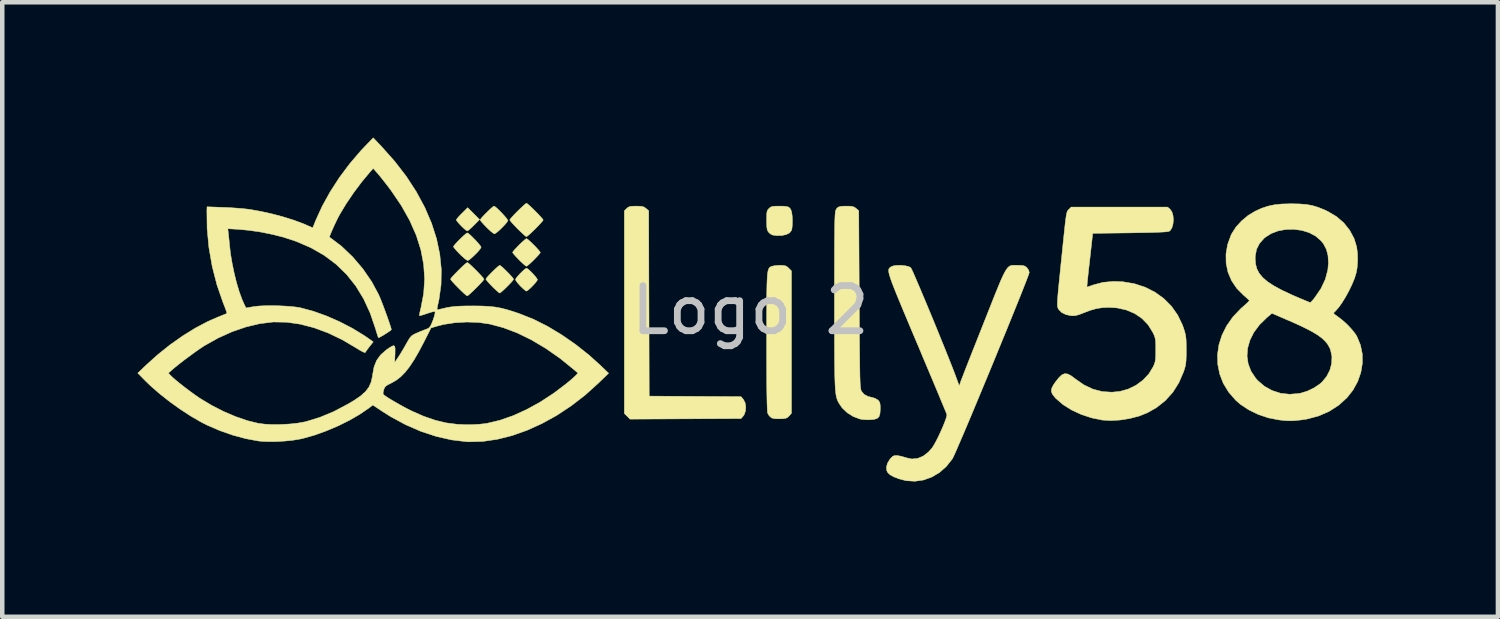
<source format=kicad_pcb>
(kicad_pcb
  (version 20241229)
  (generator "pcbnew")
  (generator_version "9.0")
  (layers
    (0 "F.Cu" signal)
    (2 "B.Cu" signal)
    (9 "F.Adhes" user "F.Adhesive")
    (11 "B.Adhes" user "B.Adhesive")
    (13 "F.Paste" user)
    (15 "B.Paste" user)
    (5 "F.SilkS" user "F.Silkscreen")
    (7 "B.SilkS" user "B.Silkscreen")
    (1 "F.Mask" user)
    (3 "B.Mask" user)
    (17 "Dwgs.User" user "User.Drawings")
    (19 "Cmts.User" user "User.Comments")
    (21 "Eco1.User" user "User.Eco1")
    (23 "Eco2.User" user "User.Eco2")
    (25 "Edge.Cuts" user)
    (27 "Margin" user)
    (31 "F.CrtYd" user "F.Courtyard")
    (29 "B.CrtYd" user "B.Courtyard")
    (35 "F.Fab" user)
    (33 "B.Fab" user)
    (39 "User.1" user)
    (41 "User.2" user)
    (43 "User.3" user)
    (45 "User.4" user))
  (footprint "Logo 2"
    (layer "F.Cu")
    (at 13.583 3.826)
    (property "Reference" "Logo 2" (at 0 0 0) (layer "Dwgs.User") (effects (font (size 1 1) (thickness 0.15))))
    (attr through_hole)
    (fp_poly (pts (xy -6.003 -2.01) (xy -6.128 -1.883) (xy -6.188 -1.825) (xy -6.238 -1.781) (xy -6.271 -1.759) (xy -6.276 -1.757) (xy -6.301 -1.771) (xy -6.346 -1.808) (xy -6.401 -1.861) (xy -6.409 -1.869) (xy -6.462 -1.925) (xy -6.502 -1.972) (xy -6.519 -2) (xy -6.519 -2.002) (xy -6.505 -2.025) (xy -6.468 -2.07) (xy -6.414 -2.127) (xy -6.393 -2.148) (xy -6.267 -2.273) (xy -6.003 -2.01)) (stroke (width 0.01) (type solid)) (fill yes) (layer "F.SilkS"))
    (fp_poly (pts (xy -2.445 -2.305) (xy -2.388 -2.298) (xy -2.348 -2.281) (xy -2.314 -2.256) (xy -2.254 -2.205) (xy -2.249 -0.151) (xy -2.243 1.904) (xy -1.225 1.91) (xy -0.208 1.916) (xy -0.157 1.975) (xy -0.118 2.049) (xy -0.102 2.142) (xy -0.11 2.238) (xy -0.14 2.32) (xy -0.157 2.343) (xy -0.208 2.402) (xy -1.439 2.408) (xy -2.669 2.414) (xy -2.794 2.289) (xy -2.794 -2.203) (xy -2.742 -2.255) (xy -2.71 -2.282) (xy -2.673 -2.298) (xy -2.62 -2.305) (xy -2.537 -2.307) (xy -2.532 -2.307) (xy -2.445 -2.305)) (stroke (width 0.01) (type solid)) (fill yes) (layer "F.SilkS"))
    (fp_poly (pts (xy -4.935 -0.916) (xy -4.89 -0.878) (xy -4.837 -0.826) (xy -4.785 -0.769) (xy -4.744 -0.718) (xy -4.722 -0.683) (xy -4.72 -0.676) (xy -4.735 -0.647) (xy -4.771 -0.6) (xy -4.822 -0.545) (xy -4.876 -0.491) (xy -4.925 -0.448) (xy -4.959 -0.425) (xy -4.965 -0.423) (xy -4.989 -0.437) (xy -5.034 -0.475) (xy -5.089 -0.527) (xy -5.097 -0.535) (xy -5.15 -0.594) (xy -5.19 -0.644) (xy -5.207 -0.677) (xy -5.207 -0.679) (xy -5.193 -0.708) (xy -5.156 -0.754) (xy -5.106 -0.81) (xy -5.051 -0.864) (xy -5.003 -0.907) (xy -4.968 -0.93) (xy -4.962 -0.931) (xy -4.935 -0.916)) (stroke (width 0.01) (type solid)) (fill yes) (layer "F.SilkS"))
    (fp_poly (pts (xy -6.249 -1.7) (xy -6.203 -1.661) (xy -6.147 -1.606) (xy -6.087 -1.545) (xy -6.032 -1.484) (xy -5.991 -1.433) (xy -5.97 -1.4) (xy -5.969 -1.396) (xy -5.984 -1.366) (xy -6.022 -1.317) (xy -6.076 -1.259) (xy -6.137 -1.2) (xy -6.194 -1.148) (xy -6.241 -1.112) (xy -6.266 -1.101) (xy -6.294 -1.115) (xy -6.343 -1.153) (xy -6.405 -1.209) (xy -6.441 -1.244) (xy -6.502 -1.308) (xy -6.55 -1.362) (xy -6.578 -1.399) (xy -6.583 -1.409) (xy -6.568 -1.433) (xy -6.531 -1.477) (xy -6.478 -1.533) (xy -6.418 -1.593) (xy -6.36 -1.648) (xy -6.311 -1.691) (xy -6.279 -1.713) (xy -6.275 -1.714) (xy -6.249 -1.7)) (stroke (width 0.01) (type solid)) (fill yes) (layer "F.SilkS"))
    (fp_poly (pts (xy -5.656 -2.292) (xy -5.61 -2.254) (xy -5.554 -2.199) (xy -5.494 -2.137) (xy -5.44 -2.077) (xy -5.398 -2.026) (xy -5.377 -1.993) (xy -5.376 -1.989) (xy -5.391 -1.958) (xy -5.43 -1.91) (xy -5.484 -1.852) (xy -5.544 -1.792) (xy -5.602 -1.74) (xy -5.649 -1.705) (xy -5.674 -1.693) (xy -5.702 -1.708) (xy -5.751 -1.746) (xy -5.812 -1.802) (xy -5.848 -1.837) (xy -5.909 -1.901) (xy -5.957 -1.955) (xy -5.986 -1.991) (xy -5.99 -2.001) (xy -5.976 -2.025) (xy -5.938 -2.07) (xy -5.885 -2.126) (xy -5.825 -2.185) (xy -5.767 -2.241) (xy -5.718 -2.284) (xy -5.687 -2.306) (xy -5.682 -2.307) (xy -5.656 -2.292)) (stroke (width 0.01) (type solid)) (fill yes) (layer "F.SilkS"))
    (fp_poly (pts (xy -5.531 -0.98) (xy -5.487 -0.943) (xy -5.431 -0.89) (xy -5.371 -0.83) (xy -5.316 -0.772) (xy -5.273 -0.723) (xy -5.251 -0.691) (xy -5.249 -0.687) (xy -5.264 -0.663) (xy -5.301 -0.619) (xy -5.354 -0.563) (xy -5.414 -0.503) (xy -5.473 -0.447) (xy -5.521 -0.404) (xy -5.553 -0.382) (xy -5.557 -0.381) (xy -5.581 -0.395) (xy -5.625 -0.433) (xy -5.684 -0.488) (xy -5.721 -0.524) (xy -5.782 -0.588) (xy -5.83 -0.643) (xy -5.859 -0.679) (xy -5.863 -0.689) (xy -5.849 -0.713) (xy -5.811 -0.757) (xy -5.758 -0.813) (xy -5.698 -0.873) (xy -5.64 -0.928) (xy -5.591 -0.971) (xy -5.56 -0.993) (xy -5.555 -0.995) (xy -5.531 -0.98)) (stroke (width 0.01) (type solid)) (fill yes) (layer "F.SilkS"))
    (fp_poly (pts (xy -4.938 -1.573) (xy -4.894 -1.535) (xy -4.838 -1.482) (xy -4.778 -1.423) (xy -4.723 -1.364) (xy -4.68 -1.315) (xy -4.658 -1.284) (xy -4.657 -1.279) (xy -4.671 -1.255) (xy -4.709 -1.211) (xy -4.762 -1.155) (xy -4.821 -1.095) (xy -4.88 -1.04) (xy -4.929 -0.997) (xy -4.96 -0.975) (xy -4.965 -0.974) (xy -4.988 -0.988) (xy -5.033 -1.026) (xy -5.092 -1.081) (xy -5.128 -1.117) (xy -5.19 -1.181) (xy -5.238 -1.235) (xy -5.266 -1.272) (xy -5.271 -1.282) (xy -5.256 -1.306) (xy -5.218 -1.35) (xy -5.165 -1.406) (xy -5.106 -1.466) (xy -5.047 -1.521) (xy -4.998 -1.564) (xy -4.967 -1.586) (xy -4.962 -1.587) (xy -4.938 -1.573)) (stroke (width 0.01) (type solid)) (fill yes) (layer "F.SilkS"))
    (fp_poly (pts (xy 0.734 -2.306) (xy 0.802 -2.299) (xy 0.847 -2.285) (xy 0.877 -2.26) (xy 0.9 -2.221) (xy 0.916 -2.166) (xy 0.927 -2.083) (xy 0.931 -1.986) (xy 0.929 -1.89) (xy 0.921 -1.809) (xy 0.91 -1.768) (xy 0.869 -1.715) (xy 0.795 -1.677) (xy 0.697 -1.656) (xy 0.582 -1.654) (xy 0.493 -1.666) (xy 0.446 -1.689) (xy 0.403 -1.729) (xy 0.382 -1.761) (xy 0.37 -1.801) (xy 0.363 -1.859) (xy 0.36 -1.944) (xy 0.36 -1.993) (xy 0.361 -2.091) (xy 0.364 -2.156) (xy 0.373 -2.199) (xy 0.388 -2.228) (xy 0.412 -2.255) (xy 0.443 -2.282) (xy 0.478 -2.297) (xy 0.528 -2.305) (xy 0.607 -2.307) (xy 0.632 -2.307) (xy 0.734 -2.306)) (stroke (width 0.01) (type solid)) (fill yes) (layer "F.SilkS"))
    (fp_poly (pts (xy -6.252 -1.044) (xy -6.207 -1.006) (xy -6.149 -0.951) (xy -6.084 -0.887) (xy -6.02 -0.822) (xy -5.964 -0.762) (xy -5.923 -0.715) (xy -5.906 -0.688) (xy -5.905 -0.687) (xy -5.92 -0.664) (xy -5.958 -0.619) (xy -6.013 -0.561) (xy -6.077 -0.496) (xy -6.142 -0.432) (xy -6.202 -0.376) (xy -6.249 -0.335) (xy -6.275 -0.318) (xy -6.277 -0.318) (xy -6.299 -0.332) (xy -6.345 -0.37) (xy -6.406 -0.427) (xy -6.472 -0.493) (xy -6.541 -0.563) (xy -6.597 -0.624) (xy -6.634 -0.668) (xy -6.646 -0.689) (xy -6.632 -0.712) (xy -6.594 -0.757) (xy -6.539 -0.815) (xy -6.475 -0.88) (xy -6.41 -0.944) (xy -6.35 -1) (xy -6.303 -1.04) (xy -6.276 -1.058) (xy -6.275 -1.058) (xy -6.252 -1.044)) (stroke (width 0.01) (type solid)) (fill yes) (layer "F.SilkS"))
    (fp_poly (pts (xy -4.939 -2.356) (xy -4.895 -2.318) (xy -4.837 -2.263) (xy -4.772 -2.199) (xy -4.708 -2.134) (xy -4.652 -2.074) (xy -4.611 -2.027) (xy -4.593 -2.001) (xy -4.593 -1.999) (xy -4.608 -1.976) (xy -4.646 -1.932) (xy -4.701 -1.873) (xy -4.764 -1.808) (xy -4.83 -1.744) (xy -4.89 -1.688) (xy -4.937 -1.648) (xy -4.963 -1.63) (xy -4.964 -1.63) (xy -4.987 -1.644) (xy -5.032 -1.683) (xy -5.093 -1.74) (xy -5.16 -1.805) (xy -5.228 -1.876) (xy -5.284 -1.936) (xy -5.321 -1.981) (xy -5.334 -2.001) (xy -5.32 -2.024) (xy -5.281 -2.069) (xy -5.227 -2.127) (xy -5.163 -2.192) (xy -5.097 -2.256) (xy -5.037 -2.312) (xy -4.991 -2.353) (xy -4.964 -2.37) (xy -4.963 -2.371) (xy -4.939 -2.356)) (stroke (width 0.01) (type solid)) (fill yes) (layer "F.SilkS"))
    (fp_poly (pts (xy 0.735 -0.992) (xy 0.784 -0.981) (xy 0.824 -0.956) (xy 0.848 -0.933) (xy 0.91 -0.871) (xy 0.91 2.284) (xy 0.86 2.342) (xy 0.827 2.374) (xy 0.791 2.393) (xy 0.736 2.403) (xy 0.664 2.407) (xy 0.556 2.406) (xy 0.482 2.391) (xy 0.463 2.382) (xy 0.416 2.339) (xy 0.383 2.283) (xy 0.378 2.251) (xy 0.374 2.186) (xy 0.37 2.085) (xy 0.367 1.949) (xy 0.364 1.776) (xy 0.362 1.565) (xy 0.361 1.315) (xy 0.36 1.025) (xy 0.36 0.705) (xy 0.36 0.404) (xy 0.36 0.142) (xy 0.361 -0.084) (xy 0.362 -0.275) (xy 0.364 -0.436) (xy 0.367 -0.569) (xy 0.371 -0.676) (xy 0.376 -0.761) (xy 0.383 -0.827) (xy 0.392 -0.876) (xy 0.403 -0.911) (xy 0.416 -0.935) (xy 0.431 -0.951) (xy 0.449 -0.962) (xy 0.469 -0.971) (xy 0.477 -0.974) (xy 0.528 -0.985) (xy 0.603 -0.993) (xy 0.659 -0.995) (xy 0.735 -0.992)) (stroke (width 0.01) (type solid)) (fill yes) (layer "F.SilkS"))
    (fp_poly (pts (xy 2.222 -2.305) (xy 2.277 -2.295) (xy 2.319 -2.275) (xy 2.343 -2.256) (xy 2.402 -2.205) (xy 2.413 -0.24) (xy 2.415 0.094) (xy 2.417 0.388) (xy 2.418 0.646) (xy 2.42 0.868) (xy 2.422 1.059) (xy 2.424 1.221) (xy 2.426 1.355) (xy 2.428 1.466) (xy 2.431 1.556) (xy 2.434 1.626) (xy 2.438 1.68) (xy 2.442 1.721) (xy 2.447 1.751) (xy 2.452 1.772) (xy 2.458 1.788) (xy 2.461 1.794) (xy 2.52 1.865) (xy 2.609 1.912) (xy 2.696 1.933) (xy 2.765 1.954) (xy 2.823 1.988) (xy 2.829 1.993) (xy 2.856 2.025) (xy 2.872 2.064) (xy 2.878 2.123) (xy 2.879 2.182) (xy 2.873 2.286) (xy 2.853 2.356) (xy 2.812 2.398) (xy 2.744 2.419) (xy 2.654 2.427) (xy 2.565 2.427) (xy 2.482 2.421) (xy 2.429 2.412) (xy 2.281 2.357) (xy 2.146 2.272) (xy 2.033 2.164) (xy 1.959 2.055) (xy 1.943 2.024) (xy 1.929 1.993) (xy 1.917 1.959) (xy 1.907 1.921) (xy 1.897 1.874) (xy 1.89 1.817) (xy 1.883 1.747) (xy 1.878 1.661) (xy 1.874 1.556) (xy 1.87 1.43) (xy 1.868 1.281) (xy 1.866 1.104) (xy 1.865 0.898) (xy 1.864 0.661) (xy 1.863 0.388) (xy 1.863 0.078) (xy 1.863 -0.218) (xy 1.863 -0.555) (xy 1.863 -0.851) (xy 1.864 -1.111) (xy 1.864 -1.336) (xy 1.865 -1.528) (xy 1.867 -1.691) (xy 1.868 -1.826) (xy 1.87 -1.937) (xy 1.873 -2.025) (xy 1.876 -2.094) (xy 1.88 -2.145) (xy 1.884 -2.182) (xy 1.888 -2.206) (xy 1.894 -2.221) (xy 1.919 -2.262) (xy 1.952 -2.287) (xy 2.001 -2.301) (xy 2.076 -2.307) (xy 2.138 -2.307) (xy 2.222 -2.305)) (stroke (width 0.01) (type solid)) (fill yes) (layer "F.SilkS"))
    (fp_poly (pts (xy 5.873 -0.996) (xy 5.922 -0.995) (xy 5.927 -0.995) (xy 6.009 -0.993) (xy 6.063 -0.985) (xy 6.1 -0.968) (xy 6.129 -0.943) (xy 6.165 -0.892) (xy 6.181 -0.839) (xy 6.181 -0.837) (xy 6.173 -0.808) (xy 6.15 -0.743) (xy 6.113 -0.646) (xy 6.063 -0.519) (xy 6.003 -0.366) (xy 5.932 -0.19) (xy 5.853 0.006) (xy 5.767 0.218) (xy 5.675 0.445) (xy 5.578 0.681) (xy 5.478 0.925) (xy 5.377 1.172) (xy 5.274 1.421) (xy 5.172 1.666) (xy 5.072 1.907) (xy 4.976 2.138) (xy 4.884 2.358) (xy 4.798 2.562) (xy 4.719 2.748) (xy 4.648 2.912) (xy 4.588 3.052) (xy 4.539 3.164) (xy 4.502 3.244) (xy 4.479 3.291) (xy 4.475 3.297) (xy 4.343 3.464) (xy 4.189 3.599) (xy 4.019 3.699) (xy 3.837 3.764) (xy 3.647 3.791) (xy 3.454 3.779) (xy 3.301 3.74) (xy 3.183 3.695) (xy 3.101 3.651) (xy 3.048 3.603) (xy 3.024 3.56) (xy 3.015 3.481) (xy 3.039 3.392) (xy 3.092 3.304) (xy 3.112 3.281) (xy 3.157 3.238) (xy 3.199 3.221) (xy 3.259 3.222) (xy 3.265 3.223) (xy 3.344 3.238) (xy 3.429 3.262) (xy 3.45 3.27) (xy 3.579 3.298) (xy 3.708 3.285) (xy 3.832 3.233) (xy 3.948 3.143) (xy 4.031 3.048) (xy 4.07 2.986) (xy 4.117 2.901) (xy 4.168 2.8) (xy 4.218 2.692) (xy 4.266 2.584) (xy 4.306 2.484) (xy 4.337 2.399) (xy 4.354 2.339) (xy 4.355 2.313) (xy 4.346 2.288) (xy 4.321 2.227) (xy 4.282 2.133) (xy 4.23 2.009) (xy 4.168 1.858) (xy 4.095 1.684) (xy 4.013 1.489) (xy 3.923 1.276) (xy 3.827 1.048) (xy 3.727 0.808) (xy 3.695 0.734) (xy 3.573 0.445) (xy 3.467 0.192) (xy 3.375 -0.027) (xy 3.297 -0.215) (xy 3.232 -0.374) (xy 3.179 -0.507) (xy 3.137 -0.616) (xy 3.106 -0.704) (xy 3.084 -0.774) (xy 3.07 -0.828) (xy 3.065 -0.869) (xy 3.066 -0.899) (xy 3.073 -0.922) (xy 3.086 -0.938) (xy 3.102 -0.952) (xy 3.122 -0.965) (xy 3.124 -0.966) (xy 3.18 -0.986) (xy 3.261 -0.995) (xy 3.354 -0.994) (xy 3.443 -0.983) (xy 3.517 -0.964) (xy 3.556 -0.941) (xy 3.57 -0.915) (xy 3.599 -0.854) (xy 3.64 -0.762) (xy 3.691 -0.643) (xy 3.752 -0.501) (xy 3.819 -0.341) (xy 3.893 -0.166) (xy 3.97 0.02) (xy 4.05 0.212) (xy 4.13 0.407) (xy 4.208 0.6) (xy 4.284 0.786) (xy 4.355 0.963) (xy 4.42 1.126) (xy 4.477 1.27) (xy 4.524 1.392) (xy 4.56 1.488) (xy 4.561 1.491) (xy 4.63 1.679) (xy 4.657 1.596) (xy 4.669 1.562) (xy 4.696 1.493) (xy 4.735 1.391) (xy 4.786 1.26) (xy 4.847 1.105) (xy 4.916 0.929) (xy 4.993 0.736) (xy 5.075 0.529) (xy 5.161 0.311) (xy 5.169 0.291) (xy 5.271 0.034) (xy 5.358 -0.186) (xy 5.432 -0.372) (xy 5.496 -0.528) (xy 5.549 -0.655) (xy 5.595 -0.757) (xy 5.635 -0.837) (xy 5.67 -0.897) (xy 5.702 -0.94) (xy 5.732 -0.968) (xy 5.763 -0.985) (xy 5.796 -0.994) (xy 5.832 -0.996) (xy 5.873 -0.996)) (stroke (width 0.01) (type solid)) (fill yes) (layer "F.SilkS"))
    (fp_poly (pts (xy 9.247 -2.286) (xy 9.303 -2.238) (xy 9.344 -2.179) (xy 9.368 -2.097) (xy 9.376 -2.002) (xy 9.367 -1.908) (xy 9.343 -1.825) (xy 9.304 -1.765) (xy 9.285 -1.751) (xy 9.259 -1.744) (xy 9.207 -1.737) (xy 9.126 -1.732) (xy 9.014 -1.727) (xy 8.868 -1.722) (xy 8.686 -1.719) (xy 8.464 -1.715) (xy 8.414 -1.714) (xy 7.588 -1.704) (xy 7.522 -1.111) (xy 7.504 -0.958) (xy 7.489 -0.819) (xy 7.476 -0.7) (xy 7.467 -0.606) (xy 7.461 -0.543) (xy 7.459 -0.515) (xy 7.459 -0.514) (xy 7.479 -0.519) (xy 7.529 -0.535) (xy 7.597 -0.559) (xy 7.605 -0.562) (xy 7.819 -0.618) (xy 8.053 -0.639) (xy 8.253 -0.631) (xy 8.51 -0.588) (xy 8.749 -0.51) (xy 8.969 -0.399) (xy 9.164 -0.258) (xy 9.333 -0.088) (xy 9.471 0.108) (xy 9.577 0.327) (xy 9.601 0.395) (xy 9.626 0.473) (xy 9.643 0.539) (xy 9.653 0.604) (xy 9.659 0.68) (xy 9.661 0.776) (xy 9.662 0.889) (xy 9.661 1.014) (xy 9.657 1.108) (xy 9.651 1.181) (xy 9.639 1.244) (xy 9.621 1.307) (xy 9.602 1.365) (xy 9.497 1.608) (xy 9.362 1.821) (xy 9.195 2.005) (xy 8.998 2.161) (xy 8.796 2.275) (xy 8.615 2.347) (xy 8.41 2.4) (xy 8.196 2.434) (xy 7.986 2.446) (xy 7.799 2.435) (xy 7.562 2.386) (xy 7.334 2.311) (xy 7.122 2.213) (xy 6.933 2.095) (xy 6.776 1.96) (xy 6.746 1.928) (xy 6.693 1.86) (xy 6.67 1.798) (xy 6.678 1.733) (xy 6.717 1.656) (xy 6.762 1.591) (xy 6.84 1.493) (xy 6.906 1.431) (xy 6.969 1.406) (xy 7.035 1.414) (xy 7.112 1.455) (xy 7.192 1.515) (xy 7.389 1.653) (xy 7.59 1.749) (xy 7.798 1.804) (xy 8.013 1.817) (xy 8.188 1.8) (xy 8.373 1.749) (xy 8.547 1.664) (xy 8.702 1.55) (xy 8.831 1.413) (xy 8.927 1.256) (xy 8.928 1.255) (xy 8.953 1.198) (xy 8.969 1.147) (xy 8.979 1.091) (xy 8.984 1.018) (xy 8.985 0.918) (xy 8.985 0.878) (xy 8.985 0.769) (xy 8.982 0.69) (xy 8.974 0.632) (xy 8.96 0.581) (xy 8.938 0.528) (xy 8.917 0.486) (xy 8.814 0.321) (xy 8.68 0.183) (xy 8.518 0.073) (xy 8.333 -0.005) (xy 8.129 -0.051) (xy 7.954 -0.063) (xy 7.808 -0.057) (xy 7.674 -0.037) (xy 7.536 0.002) (xy 7.388 0.058) (xy 7.289 0.096) (xy 7.214 0.117) (xy 7.151 0.124) (xy 7.113 0.122) (xy 6.993 0.097) (xy 6.897 0.049) (xy 6.832 -0.019) (xy 6.826 -0.029) (xy 6.818 -0.046) (xy 6.811 -0.066) (xy 6.807 -0.092) (xy 6.805 -0.127) (xy 6.806 -0.176) (xy 6.809 -0.243) (xy 6.816 -0.332) (xy 6.826 -0.446) (xy 6.84 -0.589) (xy 6.858 -0.765) (xy 6.879 -0.978) (xy 6.888 -1.06) (xy 6.913 -1.305) (xy 6.934 -1.511) (xy 6.952 -1.683) (xy 6.967 -1.823) (xy 6.979 -1.935) (xy 6.99 -2.022) (xy 7 -2.088) (xy 7.009 -2.136) (xy 7.017 -2.17) (xy 7.026 -2.193) (xy 7.035 -2.21) (xy 7.046 -2.222) (xy 7.058 -2.234) (xy 7.061 -2.236) (xy 7.11 -2.286) (xy 8.179 -2.286) (xy 9.247 -2.286)) (stroke (width 0.01) (type solid)) (fill yes) (layer "F.SilkS"))
    (fp_poly (pts (xy 12.178 -2.355) (xy 12.325 -2.343) (xy 12.455 -2.32) (xy 12.581 -2.282) (xy 12.714 -2.229) (xy 12.799 -2.189) (xy 12.99 -2.076) (xy 13.153 -1.936) (xy 13.284 -1.772) (xy 13.382 -1.588) (xy 13.439 -1.401) (xy 13.457 -1.257) (xy 13.46 -1.094) (xy 13.448 -0.934) (xy 13.428 -0.827) (xy 13.392 -0.709) (xy 13.337 -0.575) (xy 13.269 -0.434) (xy 13.193 -0.294) (xy 13.113 -0.165) (xy 13.036 -0.057) (xy 12.964 0.024) (xy 12.946 0.04) (xy 12.93 0.058) (xy 12.935 0.077) (xy 12.965 0.104) (xy 13.022 0.144) (xy 13.125 0.223) (xy 13.231 0.319) (xy 13.329 0.424) (xy 13.408 0.524) (xy 13.445 0.584) (xy 13.523 0.772) (xy 13.563 0.97) (xy 13.565 1.175) (xy 13.531 1.38) (xy 13.462 1.579) (xy 13.358 1.769) (xy 13.224 1.939) (xy 13.04 2.106) (xy 12.829 2.242) (xy 12.594 2.344) (xy 12.34 2.412) (xy 12.201 2.433) (xy 12.084 2.445) (xy 11.991 2.451) (xy 11.904 2.45) (xy 11.806 2.442) (xy 11.705 2.43) (xy 11.477 2.385) (xy 11.253 2.309) (xy 11.043 2.207) (xy 10.857 2.083) (xy 10.755 1.993) (xy 10.6 1.814) (xy 10.482 1.62) (xy 10.403 1.415) (xy 10.36 1.202) (xy 10.355 1.016) (xy 11.009 1.016) (xy 11.034 1.188) (xy 11.097 1.353) (xy 11.2 1.507) (xy 11.24 1.553) (xy 11.391 1.684) (xy 11.563 1.78) (xy 11.751 1.841) (xy 11.952 1.863) (xy 12.16 1.846) (xy 12.196 1.839) (xy 12.343 1.794) (xy 12.489 1.724) (xy 12.62 1.637) (xy 12.668 1.595) (xy 12.772 1.47) (xy 12.845 1.328) (xy 12.885 1.177) (xy 12.89 1.025) (xy 12.859 0.879) (xy 12.841 0.836) (xy 12.799 0.76) (xy 12.743 0.689) (xy 12.671 0.621) (xy 12.578 0.552) (xy 12.461 0.481) (xy 12.315 0.404) (xy 12.137 0.319) (xy 11.922 0.224) (xy 11.902 0.216) (xy 11.56 0.068) (xy 11.444 0.167) (xy 11.284 0.324) (xy 11.16 0.49) (xy 11.073 0.664) (xy 11.022 0.84) (xy 11.009 1.016) (xy 10.355 1.016) (xy 10.354 0.985) (xy 10.385 0.767) (xy 10.453 0.553) (xy 10.557 0.345) (xy 10.696 0.148) (xy 10.871 -0.036) (xy 10.909 -0.069) (xy 10.974 -0.127) (xy 11.025 -0.174) (xy 11.055 -0.205) (xy 11.06 -0.212) (xy 11.044 -0.231) (xy 11.004 -0.269) (xy 10.947 -0.32) (xy 10.93 -0.334) (xy 10.78 -0.485) (xy 10.665 -0.656) (xy 10.586 -0.843) (xy 10.545 -1.041) (xy 10.543 -1.143) (xy 11.189 -1.143) (xy 11.198 -1.024) (xy 11.227 -0.916) (xy 11.279 -0.816) (xy 11.357 -0.723) (xy 11.464 -0.631) (xy 11.602 -0.541) (xy 11.775 -0.447) (xy 11.985 -0.348) (xy 12.064 -0.313) (xy 12.174 -0.266) (xy 12.27 -0.226) (xy 12.345 -0.195) (xy 12.394 -0.175) (xy 12.408 -0.17) (xy 12.429 -0.185) (xy 12.466 -0.225) (xy 12.507 -0.275) (xy 12.647 -0.479) (xy 12.744 -0.685) (xy 12.799 -0.892) (xy 12.813 -1.048) (xy 12.803 -1.212) (xy 12.767 -1.35) (xy 12.703 -1.471) (xy 12.647 -1.541) (xy 12.528 -1.644) (xy 12.383 -1.72) (xy 12.22 -1.77) (xy 12.046 -1.793) (xy 11.871 -1.79) (xy 11.701 -1.759) (xy 11.544 -1.7) (xy 11.409 -1.614) (xy 11.388 -1.596) (xy 11.285 -1.48) (xy 11.22 -1.352) (xy 11.191 -1.205) (xy 11.189 -1.143) (xy 10.543 -1.143) (xy 10.542 -1.246) (xy 10.577 -1.454) (xy 10.652 -1.661) (xy 10.671 -1.699) (xy 10.763 -1.843) (xy 10.888 -1.98) (xy 11.035 -2.102) (xy 11.191 -2.196) (xy 11.333 -2.26) (xy 11.471 -2.306) (xy 11.616 -2.337) (xy 11.779 -2.354) (xy 11.97 -2.359) (xy 12.002 -2.359) (xy 12.178 -2.355)) (stroke (width 0.01) (type solid)) (fill yes) (layer "F.SilkS"))
    (fp_poly (pts (xy -8.178 -3.63) (xy -7.885 -3.301) (xy -7.626 -2.965) (xy -7.404 -2.624) (xy -7.218 -2.279) (xy -7.069 -1.932) (xy -6.957 -1.585) (xy -6.885 -1.241) (xy -6.851 -0.9) (xy -6.857 -0.564) (xy -6.903 -0.236) (xy -6.92 -0.159) (xy -6.938 -0.077) (xy -6.945 -0.029) (xy -6.941 -0.009) (xy -6.929 -0.009) (xy -6.896 -0.018) (xy -6.833 -0.033) (xy -6.752 -0.052) (xy -6.726 -0.058) (xy -6.645 -0.072) (xy -6.556 -0.083) (xy -6.451 -0.09) (xy -6.32 -0.094) (xy -6.156 -0.095) (xy -6.138 -0.095) (xy -5.955 -0.093) (xy -5.801 -0.085) (xy -5.665 -0.071) (xy -5.536 -0.048) (xy -5.4 -0.014) (xy -5.247 0.033) (xy -5.112 0.079) (xy -4.809 0.2) (xy -4.498 0.356) (xy -4.185 0.544) (xy -3.876 0.758) (xy -3.578 0.994) (xy -3.334 1.214) (xy -3.143 1.397) (xy -3.371 1.618) (xy -3.665 1.883) (xy -3.974 2.121) (xy -4.293 2.332) (xy -4.62 2.512) (xy -4.951 2.662) (xy -5.281 2.779) (xy -5.608 2.861) (xy -5.928 2.908) (xy -6.237 2.917) (xy -6.297 2.914) (xy -6.627 2.874) (xy -6.965 2.797) (xy -7.307 2.684) (xy -7.646 2.536) (xy -7.977 2.357) (xy -8.148 2.249) (xy -8.369 2.102) (xy -8.459 2.171) (xy -8.658 2.307) (xy -8.888 2.44) (xy -9.14 2.565) (xy -9.402 2.676) (xy -9.664 2.77) (xy -9.915 2.841) (xy -9.998 2.859) (xy -10.146 2.883) (xy -10.317 2.9) (xy -10.496 2.911) (xy -10.671 2.913) (xy -10.827 2.907) (xy -10.911 2.898) (xy -11.186 2.847) (xy -11.474 2.769) (xy -11.763 2.668) (xy -12.039 2.549) (xy -12.171 2.482) (xy -12.399 2.35) (xy -12.636 2.196) (xy -12.872 2.027) (xy -13.096 1.85) (xy -13.298 1.674) (xy -13.42 1.556) (xy -13.578 1.394) (xy -13.577 1.393) (xy -12.901 1.393) (xy -12.858 1.44) (xy -12.811 1.486) (xy -12.737 1.55) (xy -12.643 1.627) (xy -12.537 1.71) (xy -12.428 1.792) (xy -12.322 1.87) (xy -12.228 1.935) (xy -12.203 1.952) (xy -11.944 2.108) (xy -11.676 2.245) (xy -11.409 2.359) (xy -11.15 2.448) (xy -10.91 2.507) (xy -10.763 2.526) (xy -10.588 2.535) (xy -10.399 2.533) (xy -10.207 2.522) (xy -10.027 2.502) (xy -9.871 2.474) (xy -9.851 2.469) (xy -9.544 2.375) (xy -9.234 2.246) (xy -8.918 2.079) (xy -8.783 1.999) (xy -8.64 1.901) (xy -8.591 1.857) (xy -8.141 1.857) (xy -8.139 1.862) (xy -8.112 1.887) (xy -8.054 1.927) (xy -7.973 1.978) (xy -7.876 2.035) (xy -7.769 2.096) (xy -7.66 2.156) (xy -7.557 2.209) (xy -7.504 2.236) (xy -7.236 2.353) (xy -6.984 2.44) (xy -6.739 2.498) (xy -6.49 2.53) (xy -6.287 2.538) (xy -6.15 2.536) (xy -6.011 2.528) (xy -5.887 2.515) (xy -5.836 2.507) (xy -5.554 2.44) (xy -5.26 2.338) (xy -4.959 2.201) (xy -4.657 2.035) (xy -4.359 1.84) (xy -4.096 1.641) (xy -4.015 1.575) (xy -3.944 1.514) (xy -3.89 1.465) (xy -3.864 1.44) (xy -3.822 1.394) (xy -3.906 1.321) (xy -4.215 1.07) (xy -4.531 0.849) (xy -4.85 0.659) (xy -5.167 0.504) (xy -5.48 0.386) (xy -5.777 0.307) (xy -6.023 0.271) (xy -6.285 0.262) (xy -6.549 0.277) (xy -6.801 0.316) (xy -6.957 0.356) (xy -7.079 0.393) (xy -7.229 0.689) (xy -7.346 0.912) (xy -7.454 1.098) (xy -7.555 1.252) (xy -7.654 1.377) (xy -7.752 1.476) (xy -7.853 1.554) (xy -7.96 1.615) (xy -7.962 1.616) (xy -8.038 1.654) (xy -8.084 1.685) (xy -8.11 1.719) (xy -8.127 1.763) (xy -8.14 1.818) (xy -8.141 1.857) (xy -8.591 1.857) (xy -8.532 1.805) (xy -8.456 1.705) (xy -8.406 1.592) (xy -8.377 1.459) (xy -8.372 1.421) (xy -8.341 1.253) (xy -8.284 1.112) (xy -8.195 0.99) (xy -8.071 0.88) (xy -8.012 0.839) (xy -7.949 0.8) (xy -7.909 0.785) (xy -7.885 0.798) (xy -7.876 0.843) (xy -7.876 0.924) (xy -7.877 0.971) (xy -7.885 1.159) (xy -7.804 1.04) (xy -7.756 0.965) (xy -7.698 0.869) (xy -7.642 0.771) (xy -7.626 0.743) (xy -7.579 0.66) (xy -7.542 0.604) (xy -7.507 0.567) (xy -7.463 0.538) (xy -7.403 0.509) (xy -7.4 0.508) (xy -7.318 0.473) (xy -7.238 0.441) (xy -7.19 0.424) (xy -7.132 0.398) (xy -7.094 0.356) (xy -7.069 0.305) (xy -7.032 0.212) (xy -7.005 0.13) (xy -6.99 0.067) (xy -6.99 0.031) (xy -6.992 0.029) (xy -7.016 0.029) (xy -7.07 0.042) (xy -7.143 0.065) (xy -7.166 0.073) (xy -7.242 0.098) (xy -7.301 0.116) (xy -7.333 0.122) (xy -7.336 0.121) (xy -7.335 0.098) (xy -7.326 0.045) (xy -7.309 -0.029) (xy -7.303 -0.05) (xy -7.242 -0.37) (xy -7.221 -0.69) (xy -7.242 -1.011) (xy -7.303 -1.334) (xy -7.406 -1.66) (xy -7.551 -1.988) (xy -7.737 -2.319) (xy -7.965 -2.655) (xy -8.014 -2.72) (xy -8.087 -2.815) (xy -8.16 -2.908) (xy -8.224 -2.987) (xy -8.272 -3.044) (xy -8.276 -3.048) (xy -8.361 -3.143) (xy -8.436 -3.059) (xy -8.616 -2.843) (xy -8.794 -2.605) (xy -8.96 -2.36) (xy -9.103 -2.123) (xy -9.108 -2.113) (xy -9.144 -2.046) (xy -9.184 -1.964) (xy -9.226 -1.875) (xy -9.265 -1.788) (xy -9.298 -1.712) (xy -9.321 -1.654) (xy -9.33 -1.623) (xy -9.33 -1.62) (xy -9.063 -1.418) (xy -8.815 -1.181) (xy -8.591 -0.918) (xy -8.395 -0.633) (xy -8.243 -0.352) (xy -8.214 -0.286) (xy -8.178 -0.197) (xy -8.137 -0.091) (xy -8.095 0.022) (xy -8.054 0.135) (xy -8.017 0.24) (xy -7.987 0.33) (xy -7.966 0.396) (xy -7.959 0.431) (xy -7.959 0.432) (xy -7.975 0.448) (xy -8.017 0.478) (xy -8.074 0.515) (xy -8.136 0.554) (xy -8.192 0.586) (xy -8.232 0.607) (xy -8.245 0.61) (xy -8.254 0.587) (xy -8.272 0.533) (xy -8.296 0.457) (xy -8.309 0.412) (xy -8.428 0.063) (xy -8.574 -0.254) (xy -8.749 -0.54) (xy -8.952 -0.795) (xy -9.185 -1.02) (xy -9.448 -1.217) (xy -9.742 -1.385) (xy -10.069 -1.526) (xy -10.351 -1.619) (xy -10.597 -1.681) (xy -10.862 -1.734) (xy -11.126 -1.772) (xy -11.353 -1.793) (xy -11.583 -1.806) (xy -11.571 -1.702) (xy -11.563 -1.624) (xy -11.553 -1.528) (xy -11.546 -1.45) (xy -11.523 -1.249) (xy -11.487 -1.036) (xy -11.442 -0.82) (xy -11.39 -0.61) (xy -11.332 -0.416) (xy -11.271 -0.246) (xy -11.217 -0.125) (xy -11.179 -0.05) (xy -11.013 -0.079) (xy -10.907 -0.092) (xy -10.771 -0.099) (xy -10.614 -0.101) (xy -10.449 -0.098) (xy -10.287 -0.09) (xy -10.138 -0.078) (xy -10.014 -0.062) (xy -9.97 -0.053) (xy -9.69 0.022) (xy -9.397 0.127) (xy -9.103 0.256) (xy -8.819 0.403) (xy -8.556 0.564) (xy -8.461 0.63) (xy -8.36 0.702) (xy -8.444 0.807) (xy -8.489 0.866) (xy -8.522 0.914) (xy -8.536 0.937) (xy -8.556 0.937) (xy -8.606 0.915) (xy -8.68 0.873) (xy -8.729 0.842) (xy -9.042 0.657) (xy -9.358 0.505) (xy -9.671 0.389) (xy -9.98 0.309) (xy -10.28 0.266) (xy -10.568 0.261) (xy -10.583 0.262) (xy -10.875 0.298) (xy -11.178 0.37) (xy -11.487 0.476) (xy -11.795 0.615) (xy -12.096 0.783) (xy -12.106 0.789) (xy -12.191 0.845) (xy -12.299 0.92) (xy -12.419 1.008) (xy -12.542 1.099) (xy -12.657 1.188) (xy -12.755 1.267) (xy -12.806 1.31) (xy -12.901 1.393) (xy -13.577 1.393) (xy -13.392 1.215) (xy -13.136 0.985) (xy -12.866 0.769) (xy -12.587 0.572) (xy -12.307 0.398) (xy -12.033 0.253) (xy -11.822 0.16) (xy -11.735 0.125) (xy -11.664 0.096) (xy -11.617 0.077) (xy -11.602 0.071) (xy -11.607 0.051) (xy -11.624 -0.001) (xy -11.652 -0.077) (xy -11.688 -0.168) (xy -11.69 -0.173) (xy -11.824 -0.561) (xy -11.929 -0.969) (xy -12.002 -1.388) (xy -12.042 -1.806) (xy -12.047 -2.214) (xy -12.046 -2.22) (xy -12.044 -2.292) (xy -11.679 -2.279) (xy -11.537 -2.273) (xy -11.391 -2.263) (xy -11.252 -2.252) (xy -11.136 -2.239) (xy -11.091 -2.233) (xy -10.849 -2.19) (xy -10.598 -2.134) (xy -10.351 -2.068) (xy -10.119 -1.995) (xy -9.913 -1.919) (xy -9.837 -1.886) (xy -9.701 -1.825) (xy -9.632 -1.997) (xy -9.49 -2.308) (xy -9.314 -2.625) (xy -9.11 -2.941) (xy -8.881 -3.247) (xy -8.634 -3.536) (xy -8.544 -3.631) (xy -8.36 -3.821) (xy -8.178 -3.63)) (stroke (width 0.01) (type solid)) (fill yes) (layer "F.SilkS")))
  (gr_rect
    (start -3 -3)
    (end 30.153 10.622)
    (stroke (width 0.1) (type default))
    (fill no)
    (layer "Edge.Cuts")))
</source>
